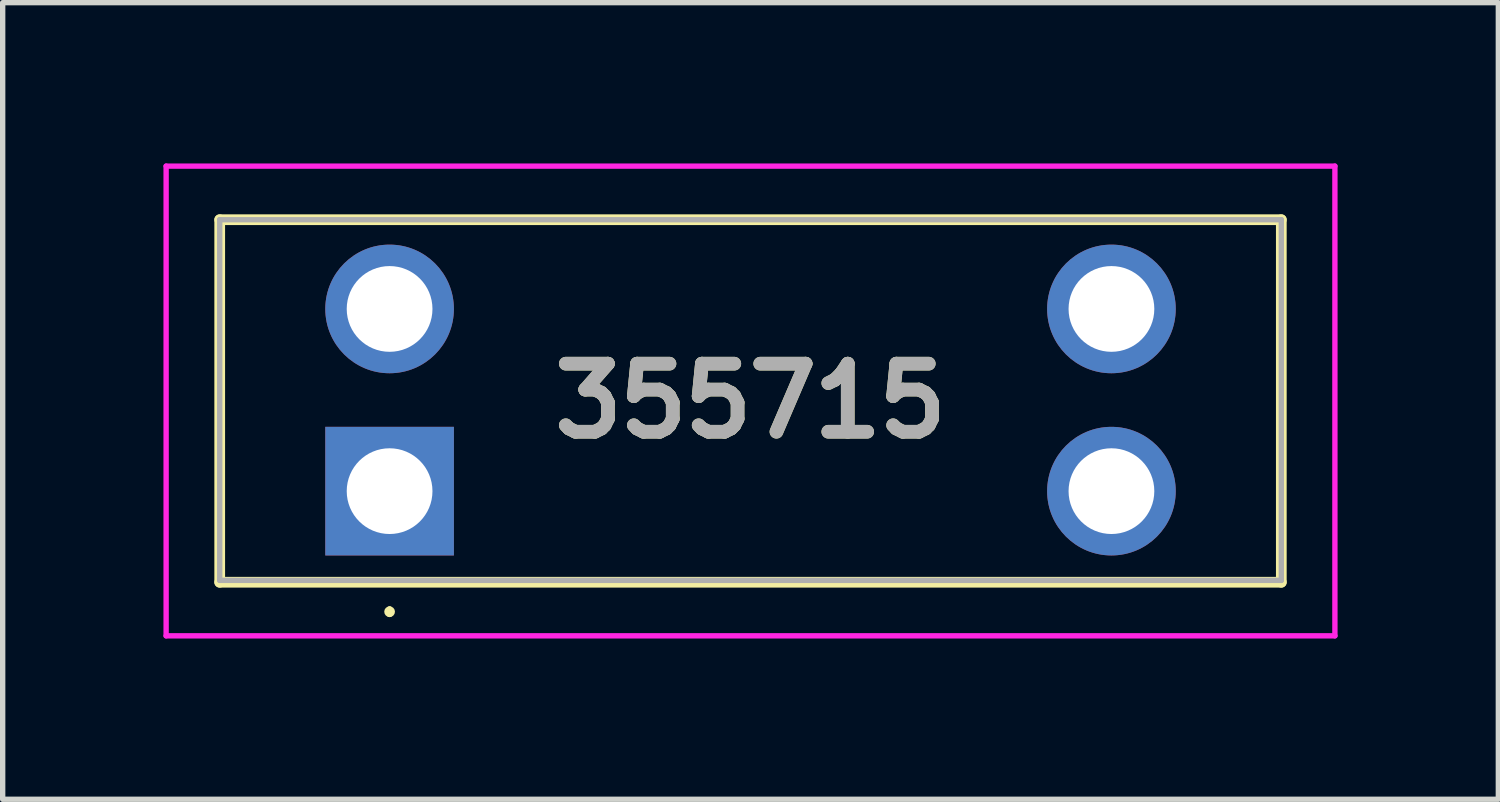
<source format=kicad_pcb>
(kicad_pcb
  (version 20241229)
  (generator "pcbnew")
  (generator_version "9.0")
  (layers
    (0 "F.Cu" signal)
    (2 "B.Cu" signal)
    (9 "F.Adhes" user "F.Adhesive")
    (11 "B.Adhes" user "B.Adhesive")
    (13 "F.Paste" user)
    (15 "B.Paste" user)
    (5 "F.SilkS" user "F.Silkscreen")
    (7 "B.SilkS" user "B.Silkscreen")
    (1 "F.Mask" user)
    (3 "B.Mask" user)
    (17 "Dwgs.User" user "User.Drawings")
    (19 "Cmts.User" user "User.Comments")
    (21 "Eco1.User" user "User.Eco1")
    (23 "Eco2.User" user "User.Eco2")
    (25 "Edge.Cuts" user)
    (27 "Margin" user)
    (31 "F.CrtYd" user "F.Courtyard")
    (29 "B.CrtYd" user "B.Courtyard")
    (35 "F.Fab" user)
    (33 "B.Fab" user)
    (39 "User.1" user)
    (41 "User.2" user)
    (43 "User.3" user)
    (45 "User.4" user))
  (footprint "355715"
    (layer "F.Cu")
    (at 4.22 6.115)
    (property "Reference" "355715" (at 6.735 -1.683 0) (layer "F.SilkS") (effects (font (size 1.27 1.27) (thickness 0.254))))
    (attr through_hole)
    (fp_line (start -3.17 -5.065) (end 16.64 -5.065) (stroke (width 0.2) (type solid)) (layer "F.SilkS"))
    (fp_line (start -3.17 1.7) (end -3.17 -5.065) (stroke (width 0.2) (type solid)) (layer "F.SilkS"))
    (fp_line (start 0 2.2) (end 0 2.2) (stroke (width 0.1) (type solid)) (layer "F.SilkS"))
    (fp_line (start 0 2.3) (end 0 2.3) (stroke (width 0.1) (type solid)) (layer "F.SilkS"))
    (fp_line (start 16.64 -5.065) (end 16.64 1.7) (stroke (width 0.2) (type solid)) (layer "F.SilkS"))
    (fp_line (start 16.64 1.7) (end -3.17 1.7) (stroke (width 0.2) (type solid)) (layer "F.SilkS"))
    (fp_arc (start 0 2.2) (mid 0.05 2.25) (end 0 2.3) (stroke (width 0.1) (type solid)) (layer "F.SilkS"))
    (fp_arc (start 0 2.3) (mid -0.05 2.25) (end 0 2.2) (stroke (width 0.1) (type solid)) (layer "F.SilkS"))
    (fp_line (start -4.17 -6.065) (end 17.64 -6.065) (stroke (width 0.1) (type solid)) (layer "F.CrtYd"))
    (fp_line (start -4.17 2.7) (end -4.17 -6.065) (stroke (width 0.1) (type solid)) (layer "F.CrtYd"))
    (fp_line (start 17.64 -6.065) (end 17.64 2.7) (stroke (width 0.1) (type solid)) (layer "F.CrtYd"))
    (fp_line (start 17.64 2.7) (end -4.17 2.7) (stroke (width 0.1) (type solid)) (layer "F.CrtYd"))
    (fp_line (start -3.17 -5.065) (end 16.64 -5.065) (stroke (width 0.1) (type solid)) (layer "F.Fab"))
    (fp_line (start -3.17 1.665) (end -3.17 -5.065) (stroke (width 0.1) (type solid)) (layer "F.Fab"))
    (fp_line (start 16.64 -5.065) (end 16.64 1.665) (stroke (width 0.1) (type solid)) (layer "F.Fab"))
    (fp_line (start 16.64 1.665) (end -3.17 1.665) (stroke (width 0.1) (type solid)) (layer "F.Fab"))
    (fp_text user "${REFERENCE}" (at 6.735 -1.683 0) (layer "F.Fab") (effects (font (size 1.27 1.27) (thickness 0.254))))
    (pad "1" thru_hole rect (at 0 0) (size 2.4 2.4) (drill 1.6) (layers "*.Cu" "*.Mask"))
    (pad "2" thru_hole circle (at 0 -3.4) (size 2.4 2.4) (drill 1.6) (layers "*.Cu" "*.Mask"))
    (pad "3" thru_hole circle (at 13.47 0) (size 2.4 2.4) (drill 1.6) (layers "*.Cu" "*.Mask"))
    (pad "4" thru_hole circle (at 13.47 -3.4) (size 2.4 2.4) (drill 1.6) (layers "*.Cu" "*.Mask")))
  (gr_rect
    (start -3 -3)
    (end 24.91 11.865)
    (stroke (width 0.1) (type default))
    (fill no)
    (layer "Edge.Cuts")))
</source>
